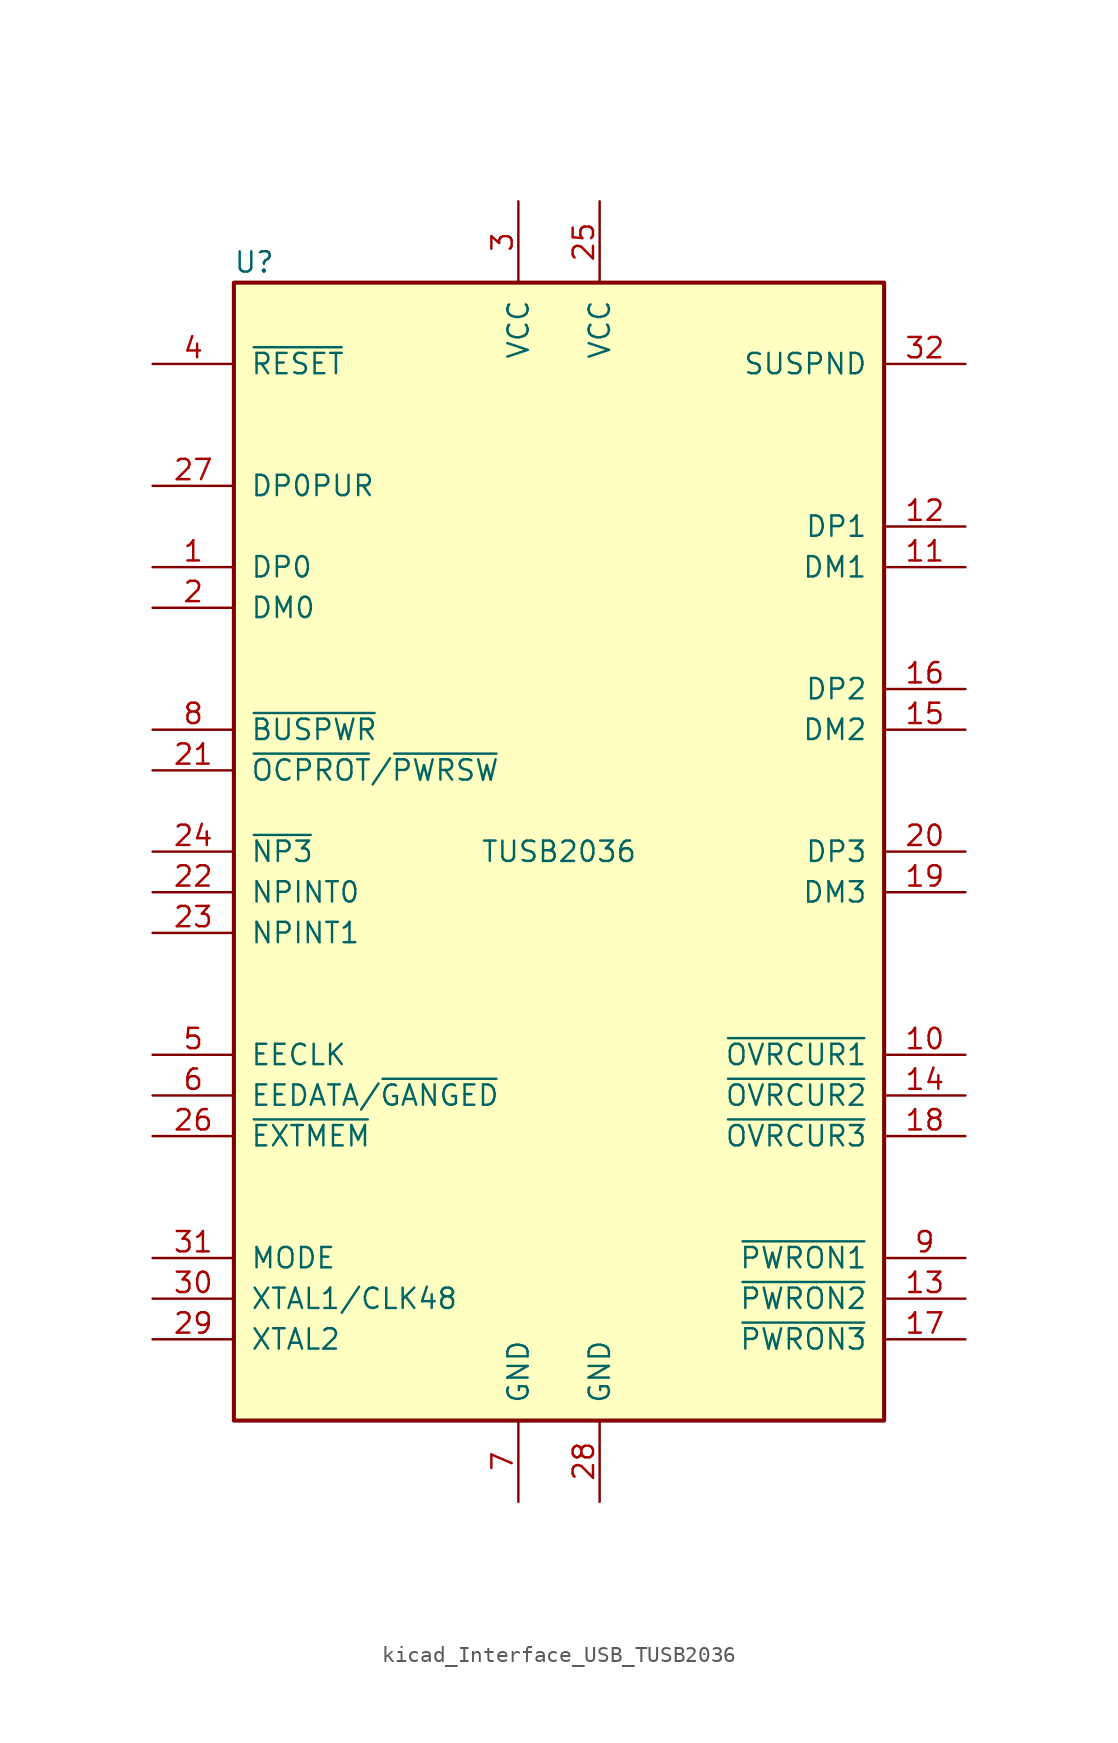
<source format=kicad_sym>
(kicad_symbol_lib
  (version 20220914)
  (generator kicad_symbol_editor)
  (symbol "kicad_Interface_USB_TUSB2036"
    (pin_names
      (offset 1.016))
    (property "Reference" "U"
      (at -19.05 36.83 0)
      (effects (font (size 1.27 1.27))))
    (property "Value" "TUSB2036"
      (at 0 0 0)
      (effects (font (size 1.27 1.27))))
    (symbol "kicad_Interface_USB_TUSB2036_0_1"
      (rectangle (start -20.32 35.56) (end 20.32 -35.56) (stroke (width 0.254) (type default)) (fill (type background))))
    (symbol "kicad_Interface_USB_TUSB2036_1_1"
      (pin bidirectional line (at -25.4 17.78 0) (length 5.08) (name "DP0" (effects (font (size 1.27 1.27)))) (number "1" (effects (font (size 1.27 1.27)))))
      (pin input line (at 25.4 -12.7 180) (length 5.08) (name "~{OVRCUR1}" (effects (font (size 1.27 1.27)))) (number "10" (effects (font (size 1.27 1.27)))))
      (pin bidirectional line (at 25.4 17.78 180) (length 5.08) (name "DM1" (effects (font (size 1.27 1.27)))) (number "11" (effects (font (size 1.27 1.27)))))
      (pin bidirectional line (at 25.4 20.32 180) (length 5.08) (name "DP1" (effects (font (size 1.27 1.27)))) (number "12" (effects (font (size 1.27 1.27)))))
      (pin output line (at 25.4 -27.94 180) (length 5.08) (name "~{PWRON2}" (effects (font (size 1.27 1.27)))) (number "13" (effects (font (size 1.27 1.27)))))
      (pin input line (at 25.4 -15.24 180) (length 5.08) (name "~{OVRCUR2}" (effects (font (size 1.27 1.27)))) (number "14" (effects (font (size 1.27 1.27)))))
      (pin bidirectional line (at 25.4 7.62 180) (length 5.08) (name "DM2" (effects (font (size 1.27 1.27)))) (number "15" (effects (font (size 1.27 1.27)))))
      (pin bidirectional line (at 25.4 10.16 180) (length 5.08) (name "DP2" (effects (font (size 1.27 1.27)))) (number "16" (effects (font (size 1.27 1.27)))))
      (pin output line (at 25.4 -30.48 180) (length 5.08) (name "~{PWRON3}" (effects (font (size 1.27 1.27)))) (number "17" (effects (font (size 1.27 1.27)))))
      (pin input line (at 25.4 -17.78 180) (length 5.08) (name "~{OVRCUR3}" (effects (font (size 1.27 1.27)))) (number "18" (effects (font (size 1.27 1.27)))))
      (pin bidirectional line (at 25.4 -2.54 180) (length 5.08) (name "DM3" (effects (font (size 1.27 1.27)))) (number "19" (effects (font (size 1.27 1.27)))))
      (pin bidirectional line (at -25.4 15.24 0) (length 5.08) (name "DM0" (effects (font (size 1.27 1.27)))) (number "2" (effects (font (size 1.27 1.27)))))
      (pin bidirectional line (at 25.4 0 180) (length 5.08) (name "DP3" (effects (font (size 1.27 1.27)))) (number "20" (effects (font (size 1.27 1.27)))))
      (pin input line (at -25.4 5.08 0) (length 5.08) (name "~{OCPROT}/~{PWRSW}" (effects (font (size 1.27 1.27)))) (number "21" (effects (font (size 1.27 1.27)))))
      (pin input line (at -25.4 -2.54 0) (length 5.08) (name "NPINT0" (effects (font (size 1.27 1.27)))) (number "22" (effects (font (size 1.27 1.27)))))
      (pin input line (at -25.4 -5.08 0) (length 5.08) (name "NPINT1" (effects (font (size 1.27 1.27)))) (number "23" (effects (font (size 1.27 1.27)))))
      (pin input line (at -25.4 0 0) (length 5.08) (name "~{NP3}" (effects (font (size 1.27 1.27)))) (number "24" (effects (font (size 1.27 1.27)))))
      (pin power_in line (at 2.54 40.64 270) (length 5.08) (name "VCC" (effects (font (size 1.27 1.27)))) (number "25" (effects (font (size 1.27 1.27)))))
      (pin input line (at -25.4 -17.78 0) (length 5.08) (name "~{EXTMEM}" (effects (font (size 1.27 1.27)))) (number "26" (effects (font (size 1.27 1.27)))))
      (pin output line (at -25.4 22.86 0) (length 5.08) (name "DP0PUR" (effects (font (size 1.27 1.27)))) (number "27" (effects (font (size 1.27 1.27)))))
      (pin power_in line (at 2.54 -40.64 90) (length 5.08) (name "GND" (effects (font (size 1.27 1.27)))) (number "28" (effects (font (size 1.27 1.27)))))
      (pin output line (at -25.4 -30.48 0) (length 5.08) (name "XTAL2" (effects (font (size 1.27 1.27)))) (number "29" (effects (font (size 1.27 1.27)))))
      (pin power_in line (at -2.54 40.64 270) (length 5.08) (name "VCC" (effects (font (size 1.27 1.27)))) (number "3" (effects (font (size 1.27 1.27)))))
      (pin input line (at -25.4 -27.94 0) (length 5.08) (name "XTAL1/CLK48" (effects (font (size 1.27 1.27)))) (number "30" (effects (font (size 1.27 1.27)))))
      (pin input line (at -25.4 -25.4 0) (length 5.08) (name "MODE" (effects (font (size 1.27 1.27)))) (number "31" (effects (font (size 1.27 1.27)))))
      (pin output line (at 25.4 30.48 180) (length 5.08) (name "SUSPND" (effects (font (size 1.27 1.27)))) (number "32" (effects (font (size 1.27 1.27)))))
      (pin input line (at -25.4 30.48 0) (length 5.08) (name "~{RESET}" (effects (font (size 1.27 1.27)))) (number "4" (effects (font (size 1.27 1.27)))))
      (pin tri_state line (at -25.4 -12.7 0) (length 5.08) (name "EECLK" (effects (font (size 1.27 1.27)))) (number "5" (effects (font (size 1.27 1.27)))))
      (pin bidirectional line (at -25.4 -15.24 0) (length 5.08) (name "EEDATA/~{GANGED}" (effects (font (size 1.27 1.27)))) (number "6" (effects (font (size 1.27 1.27)))))
      (pin power_in line (at -2.54 -40.64 90) (length 5.08) (name "GND" (effects (font (size 1.27 1.27)))) (number "7" (effects (font (size 1.27 1.27)))))
      (pin input line (at -25.4 7.62 0) (length 5.08) (name "~{BUSPWR}" (effects (font (size 1.27 1.27)))) (number "8" (effects (font (size 1.27 1.27)))))
      (pin output line (at 25.4 -25.4 180) (length 5.08) (name "~{PWRON1}" (effects (font (size 1.27 1.27)))) (number "9" (effects (font (size 1.27 1.27))))))))
</source>
